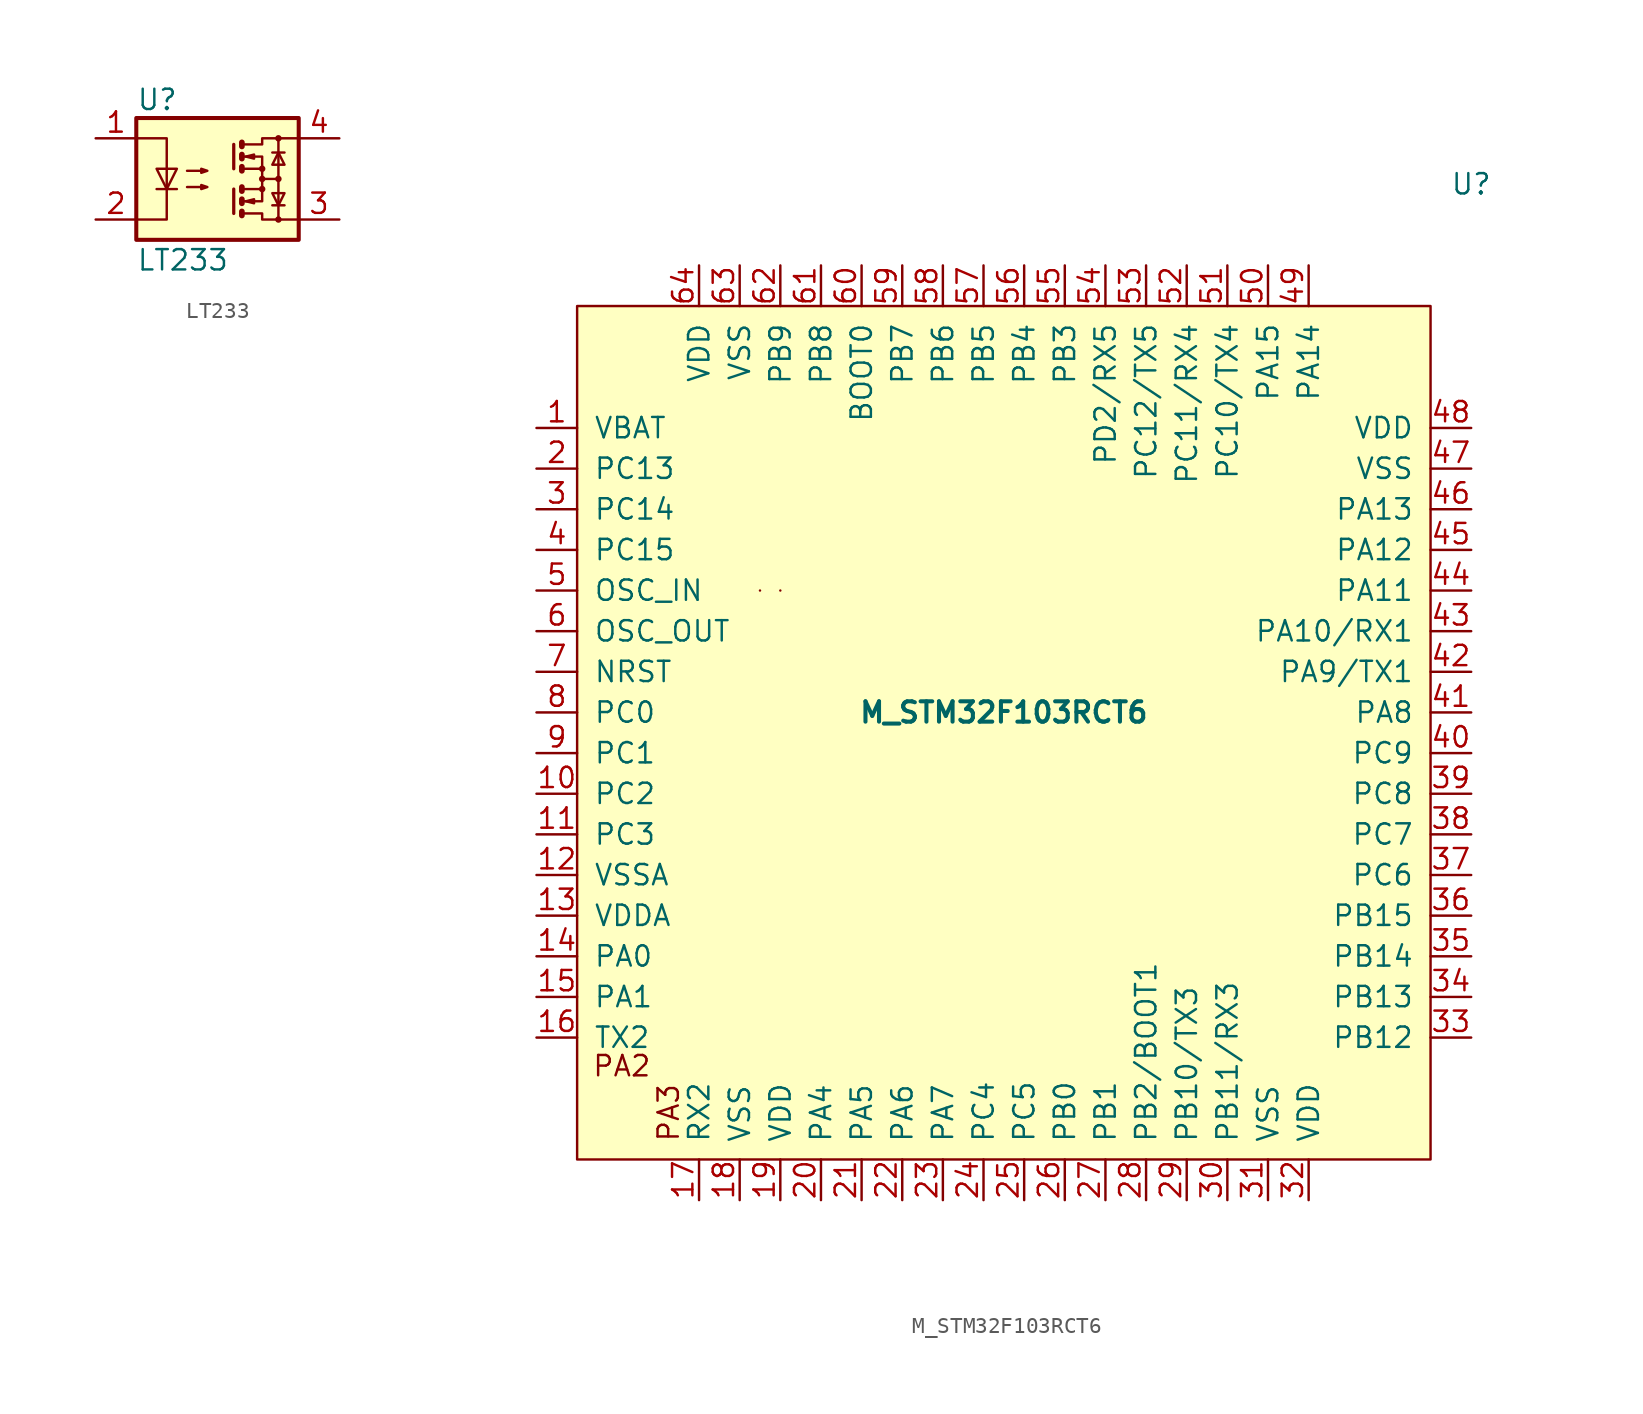
<source format=kicad_sym>
(kicad_symbol_lib
  (version 20211014)
  (generator kicad_symbol_editor)
  (symbol "LT233"
    (property "Reference" "U"
      (at -5.08 4.953 0)
      (effects (font (size 1.27 1.27)) (justify left)))
    (property "Value" "LT233"
      (at -5.08 -5.08 0)
      (effects (font (size 1.27 1.27)) (justify left)))
    (symbol "LT233_0_1"
      (rectangle (start -5.08 3.81) (end 5.08 -3.81) (stroke (width 0.254) (type default) (color 0 0 0 0)) (fill (type background)))
      (polyline (pts (xy -3.81 -0.635) (xy -2.54 -0.635)) (stroke (width 0) (type default) (color 0 0 0 0)) (fill (type none)))
      (polyline (pts (xy 1.016 -0.635) (xy 1.016 -2.159)) (stroke (width 0.203) (type default) (color 0 0 0 0)) (fill (type none)))
      (polyline (pts (xy 1.016 2.159) (xy 1.016 0.635)) (stroke (width 0.203) (type default) (color 0 0 0 0)) (fill (type none)))
      (polyline (pts (xy 1.524 -0.508) (xy 1.524 -0.762)) (stroke (width 0.356) (type default) (color 0 0 0 0)) (fill (type none)))
      (polyline (pts (xy 2.794 0) (xy 3.81 0)) (stroke (width 0) (type default) (color 0 0 0 0)) (fill (type none)))
      (polyline (pts (xy 3.429 -1.651) (xy 4.191 -1.651)) (stroke (width 0) (type default) (color 0 0 0 0)) (fill (type none)))
      (polyline (pts (xy 3.429 1.651) (xy 4.191 1.651)) (stroke (width 0) (type default) (color 0 0 0 0)) (fill (type none)))
      (polyline (pts (xy 3.81 -2.54) (xy 3.81 2.54)) (stroke (width 0) (type default) (color 0 0 0 0)) (fill (type none)))
      (polyline (pts (xy 1.524 -2.032) (xy 1.524 -2.286) (xy 1.524 -2.286)) (stroke (width 0.356) (type default) (color 0 0 0 0)) (fill (type none)))
      (polyline (pts (xy 1.524 -1.27) (xy 1.524 -1.524) (xy 1.524 -1.524)) (stroke (width 0.356) (type default) (color 0 0 0 0)) (fill (type none)))
      (polyline (pts (xy 1.524 0.762) (xy 1.524 0.508) (xy 1.524 0.508)) (stroke (width 0.356) (type default) (color 0 0 0 0)) (fill (type none)))
      (polyline (pts (xy 1.524 1.524) (xy 1.524 1.27) (xy 1.524 1.27)) (stroke (width 0.356) (type default) (color 0 0 0 0)) (fill (type none)))
      (polyline (pts (xy 1.524 2.286) (xy 1.524 2.032) (xy 1.524 2.032)) (stroke (width 0.356) (type default) (color 0 0 0 0)) (fill (type none)))
      (polyline (pts (xy 1.651 -1.397) (xy 2.794 -1.397) (xy 2.794 -0.635)) (stroke (width 0) (type default) (color 0 0 0 0)) (fill (type none)))
      (polyline (pts (xy 1.651 1.397) (xy 2.794 1.397) (xy 2.794 0.635)) (stroke (width 0) (type default) (color 0 0 0 0)) (fill (type none)))
      (polyline (pts (xy -5.08 2.54) (xy -3.175 2.54) (xy -3.175 -2.54) (xy -5.08 -2.54)) (stroke (width 0) (type default) (color 0 0 0 0)) (fill (type none)))
      (polyline (pts (xy -3.175 -0.635) (xy -3.81 0.635) (xy -2.54 0.635) (xy -3.175 -0.635)) (stroke (width 0) (type default) (color 0 0 0 0)) (fill (type none)))
      (polyline (pts (xy 1.651 -2.159) (xy 2.794 -2.159) (xy 2.794 -2.54) (xy 5.08 -2.54)) (stroke (width 0) (type default) (color 0 0 0 0)) (fill (type none)))
      (polyline (pts (xy 1.651 -0.635) (xy 2.794 -0.635) (xy 2.794 0.635) (xy 1.651 0.635)) (stroke (width 0) (type default) (color 0 0 0 0)) (fill (type none)))
      (polyline (pts (xy 1.651 2.159) (xy 2.794 2.159) (xy 2.794 2.54) (xy 5.08 2.54)) (stroke (width 0) (type default) (color 0 0 0 0)) (fill (type none)))
      (polyline (pts (xy 1.778 -1.397) (xy 2.286 -1.27) (xy 2.286 -1.524) (xy 1.778 -1.397)) (stroke (width 0) (type default) (color 0 0 0 0)) (fill (type none)))
      (polyline (pts (xy 1.778 1.397) (xy 2.286 1.524) (xy 2.286 1.27) (xy 1.778 1.397)) (stroke (width 0) (type default) (color 0 0 0 0)) (fill (type none)))
      (polyline (pts (xy 3.81 -1.651) (xy 3.429 -0.889) (xy 4.191 -0.889) (xy 3.81 -1.651)) (stroke (width 0) (type default) (color 0 0 0 0)) (fill (type none)))
      (polyline (pts (xy 3.81 1.651) (xy 3.429 0.889) (xy 4.191 0.889) (xy 3.81 1.651)) (stroke (width 0) (type default) (color 0 0 0 0)) (fill (type none)))
      (polyline (pts (xy -1.905 -0.508) (xy -0.635 -0.508) (xy -1.016 -0.635) (xy -1.016 -0.381) (xy -0.635 -0.508)) (stroke (width 0) (type default) (color 0 0 0 0)) (fill (type none)))
      (polyline (pts (xy -1.905 0.508) (xy -0.635 0.508) (xy -1.016 0.381) (xy -1.016 0.635) (xy -0.635 0.508)) (stroke (width 0) (type default) (color 0 0 0 0)) (fill (type none)))
      (circle (center 2.794 -0.635) (radius 0.127) (stroke (width 0) (type default) (color 0 0 0 0)) (fill (type none)))
      (circle (center 2.794 0) (radius 0.127) (stroke (width 0) (type default) (color 0 0 0 0)) (fill (type none)))
      (circle (center 2.794 0.635) (radius 0.127) (stroke (width 0) (type default) (color 0 0 0 0)) (fill (type none)))
      (circle (center 3.81 -2.54) (radius 0.127) (stroke (width 0) (type default) (color 0 0 0 0)) (fill (type none)))
      (circle (center 3.81 0) (radius 0.127) (stroke (width 0) (type default) (color 0 0 0 0)) (fill (type none)))
      (circle (center 3.81 2.54) (radius 0.127) (stroke (width 0) (type default) (color 0 0 0 0)) (fill (type none))))
    (symbol "LT233_1_1"
      (pin passive line (at -7.62 2.54 0) (length 2.54) (name "~" (effects (font (size 1.27 1.27)))) (number "1" (effects (font (size 1.27 1.27)))))
      (pin passive line (at -7.62 -2.54 0) (length 2.54) (name "~" (effects (font (size 1.27 1.27)))) (number "2" (effects (font (size 1.27 1.27)))))
      (pin passive line (at 7.62 -2.54 180) (length 2.54) (name "~" (effects (font (size 1.27 1.27)))) (number "3" (effects (font (size 1.27 1.27)))))
      (pin passive line (at 7.62 2.54 180) (length 2.54) (name "~" (effects (font (size 1.27 1.27)))) (number "4" (effects (font (size 1.27 1.27)))))))
  (symbol "M_STM32F103RCT6"
    (pin_names
      (offset 1.016))
    (property "Reference" "U"
      (at 29.21 34.29 0)
      (effects (font (size 1.27 1.27))))
    (property "Value" "M_STM32F103RCT6"
      (at 0 1.27 0)
      (effects (font (size 1.27 1.27) bold)))
    (symbol "M_STM32F103RCT6_0_0"
      (text "PA2" (at -23.876 -20.828 0) (effects (font (size 1.27 1.27))))
      (text "PA3" (at -20.955 -23.749 900) (effects (font (size 1.27 1.27)))))
    (symbol "M_STM32F103RCT6_0_1"
      (rectangle (start -15.24 8.89) (end -15.24 8.89) (stroke (width 0) (type default) (color 0 0 0 0)) (fill (type background)))
      (rectangle (start -13.97 8.89) (end -13.97 8.89) (stroke (width 0) (type default) (color 0 0 0 0)) (fill (type none)))
      (rectangle (start 26.67 -26.67) (end -26.67 26.67) (stroke (width 0) (type default) (color 0 0 0 0)) (fill (type background))))
    (symbol "M_STM32F103RCT6_1_1"
      (pin bidirectional line (at -29.21 19.05 0) (length 2.54) (name "VBAT" (effects (font (size 1.27 1.27)))) (number "1" (effects (font (size 1.27 1.27)))))
      (pin bidirectional line (at -29.21 -3.81 0) (length 2.54) (name "PC2" (effects (font (size 1.27 1.27)))) (number "10" (effects (font (size 1.27 1.27)))))
      (pin bidirectional line (at -29.21 -6.35 0) (length 2.54) (name "PC3" (effects (font (size 1.27 1.27)))) (number "11" (effects (font (size 1.27 1.27)))))
      (pin power_in line (at -29.21 -8.89 0) (length 2.54) (name "VSSA" (effects (font (size 1.27 1.27)))) (number "12" (effects (font (size 1.27 1.27)))))
      (pin power_in line (at -29.21 -11.43 0) (length 2.54) (name "VDDA" (effects (font (size 1.27 1.27)))) (number "13" (effects (font (size 1.27 1.27)))))
      (pin bidirectional line (at -29.21 -13.97 0) (length 2.54) (name "PA0" (effects (font (size 1.27 1.27)))) (number "14" (effects (font (size 1.27 1.27)))))
      (pin bidirectional line (at -29.21 -16.51 0) (length 2.54) (name "PA1" (effects (font (size 1.27 1.27)))) (number "15" (effects (font (size 1.27 1.27)))))
      (pin bidirectional line (at -29.21 -19.05 0) (length 2.54) (name "TX2" (effects (font (size 1.27 1.27)))) (number "16" (effects (font (size 1.27 1.27)))))
      (pin bidirectional line (at -19.05 -29.21 90) (length 2.54) (name "RX2" (effects (font (size 1.27 1.27)))) (number "17" (effects (font (size 1.27 1.27)))))
      (pin power_in line (at -16.51 -29.21 90) (length 2.54) (name "VSS" (effects (font (size 1.27 1.27)))) (number "18" (effects (font (size 1.27 1.27)))))
      (pin power_in line (at -13.97 -29.21 90) (length 2.54) (name "VDD" (effects (font (size 1.27 1.27)))) (number "19" (effects (font (size 1.27 1.27)))))
      (pin bidirectional line (at -29.21 16.51 0) (length 2.54) (name "PC13" (effects (font (size 1.27 1.27)))) (number "2" (effects (font (size 1.27 1.27)))))
      (pin bidirectional line (at -11.43 -29.21 90) (length 2.54) (name "PA4" (effects (font (size 1.27 1.27)))) (number "20" (effects (font (size 1.27 1.27)))))
      (pin bidirectional line (at -8.89 -29.21 90) (length 2.54) (name "PA5" (effects (font (size 1.27 1.27)))) (number "21" (effects (font (size 1.27 1.27)))))
      (pin bidirectional line (at -6.35 -29.21 90) (length 2.54) (name "PA6" (effects (font (size 1.27 1.27)))) (number "22" (effects (font (size 1.27 1.27)))))
      (pin bidirectional line (at -3.81 -29.21 90) (length 2.54) (name "PA7" (effects (font (size 1.27 1.27)))) (number "23" (effects (font (size 1.27 1.27)))))
      (pin bidirectional line (at -1.27 -29.21 90) (length 2.54) (name "PC4" (effects (font (size 1.27 1.27)))) (number "24" (effects (font (size 1.27 1.27)))))
      (pin bidirectional line (at 1.27 -29.21 90) (length 2.54) (name "PC5" (effects (font (size 1.27 1.27)))) (number "25" (effects (font (size 1.27 1.27)))))
      (pin bidirectional line (at 3.81 -29.21 90) (length 2.54) (name "PB0" (effects (font (size 1.27 1.27)))) (number "26" (effects (font (size 1.27 1.27)))))
      (pin bidirectional line (at 6.35 -29.21 90) (length 2.54) (name "PB1" (effects (font (size 1.27 1.27)))) (number "27" (effects (font (size 1.27 1.27)))))
      (pin bidirectional line (at 8.89 -29.21 90) (length 2.54) (name "PB2/BOOT1" (effects (font (size 1.27 1.27)))) (number "28" (effects (font (size 1.27 1.27)))))
      (pin bidirectional line (at 11.43 -29.21 90) (length 2.54) (name "PB10/TX3" (effects (font (size 1.27 1.27)))) (number "29" (effects (font (size 1.27 1.27)))))
      (pin bidirectional line (at -29.21 13.97 0) (length 2.54) (name "PC14" (effects (font (size 1.27 1.27)))) (number "3" (effects (font (size 1.27 1.27)))))
      (pin bidirectional line (at 13.97 -29.21 90) (length 2.54) (name "PB11/RX3" (effects (font (size 1.27 1.27)))) (number "30" (effects (font (size 1.27 1.27)))))
      (pin power_in line (at 16.51 -29.21 90) (length 2.54) (name "VSS" (effects (font (size 1.27 1.27)))) (number "31" (effects (font (size 1.27 1.27)))))
      (pin power_in line (at 19.05 -29.21 90) (length 2.54) (name "VDD" (effects (font (size 1.27 1.27)))) (number "32" (effects (font (size 1.27 1.27)))))
      (pin bidirectional line (at 29.21 -19.05 180) (length 2.54) (name "PB12" (effects (font (size 1.27 1.27)))) (number "33" (effects (font (size 1.27 1.27)))))
      (pin bidirectional line (at 29.21 -16.51 180) (length 2.54) (name "PB13" (effects (font (size 1.27 1.27)))) (number "34" (effects (font (size 1.27 1.27)))))
      (pin bidirectional line (at 29.21 -13.97 180) (length 2.54) (name "PB14" (effects (font (size 1.27 1.27)))) (number "35" (effects (font (size 1.27 1.27)))))
      (pin bidirectional line (at 29.21 -11.43 180) (length 2.54) (name "PB15" (effects (font (size 1.27 1.27)))) (number "36" (effects (font (size 1.27 1.27)))))
      (pin bidirectional line (at 29.21 -8.89 180) (length 2.54) (name "PC6" (effects (font (size 1.27 1.27)))) (number "37" (effects (font (size 1.27 1.27)))))
      (pin bidirectional line (at 29.21 -6.35 180) (length 2.54) (name "PC7" (effects (font (size 1.27 1.27)))) (number "38" (effects (font (size 1.27 1.27)))))
      (pin bidirectional line (at 29.21 -3.81 180) (length 2.54) (name "PC8" (effects (font (size 1.27 1.27)))) (number "39" (effects (font (size 1.27 1.27)))))
      (pin bidirectional line (at -29.21 11.43 0) (length 2.54) (name "PC15" (effects (font (size 1.27 1.27)))) (number "4" (effects (font (size 1.27 1.27)))))
      (pin bidirectional line (at 29.21 -1.27 180) (length 2.54) (name "PC9" (effects (font (size 1.27 1.27)))) (number "40" (effects (font (size 1.27 1.27)))))
      (pin bidirectional line (at 29.21 1.27 180) (length 2.54) (name "PA8" (effects (font (size 1.27 1.27)))) (number "41" (effects (font (size 1.27 1.27)))))
      (pin bidirectional line (at 29.21 3.81 180) (length 2.54) (name "PA9/TX1" (effects (font (size 1.27 1.27)))) (number "42" (effects (font (size 1.27 1.27)))))
      (pin bidirectional line (at 29.21 6.35 180) (length 2.54) (name "PA10/RX1" (effects (font (size 1.27 1.27)))) (number "43" (effects (font (size 1.27 1.27)))))
      (pin bidirectional line (at 29.21 8.89 180) (length 2.54) (name "PA11" (effects (font (size 1.27 1.27)))) (number "44" (effects (font (size 1.27 1.27)))))
      (pin bidirectional line (at 29.21 11.43 180) (length 2.54) (name "PA12" (effects (font (size 1.27 1.27)))) (number "45" (effects (font (size 1.27 1.27)))))
      (pin bidirectional line (at 29.21 13.97 180) (length 2.54) (name "PA13" (effects (font (size 1.27 1.27)))) (number "46" (effects (font (size 1.27 1.27)))))
      (pin power_in line (at 29.21 16.51 180) (length 2.54) (name "VSS" (effects (font (size 1.27 1.27)))) (number "47" (effects (font (size 1.27 1.27)))))
      (pin power_in line (at 29.21 19.05 180) (length 2.54) (name "VDD" (effects (font (size 1.27 1.27)))) (number "48" (effects (font (size 1.27 1.27)))))
      (pin bidirectional line (at 19.05 29.21 270) (length 2.54) (name "PA14" (effects (font (size 1.27 1.27)))) (number "49" (effects (font (size 1.27 1.27)))))
      (pin bidirectional line (at -29.21 8.89 0) (length 2.54) (name "OSC_IN" (effects (font (size 1.27 1.27)))) (number "5" (effects (font (size 1.27 1.27)))))
      (pin bidirectional line (at 16.51 29.21 270) (length 2.54) (name "PA15" (effects (font (size 1.27 1.27)))) (number "50" (effects (font (size 1.27 1.27)))))
      (pin bidirectional line (at 13.97 29.21 270) (length 2.54) (name "PC10/TX4" (effects (font (size 1.27 1.27)))) (number "51" (effects (font (size 1.27 1.27)))))
      (pin bidirectional line (at 11.43 29.21 270) (length 2.54) (name "PC11/RX4" (effects (font (size 1.27 1.27)))) (number "52" (effects (font (size 1.27 1.27)))))
      (pin bidirectional line (at 8.89 29.21 270) (length 2.54) (name "PC12/TX5" (effects (font (size 1.27 1.27)))) (number "53" (effects (font (size 1.27 1.27)))))
      (pin bidirectional line (at 6.35 29.21 270) (length 2.54) (name "PD2/RX5" (effects (font (size 1.27 1.27)))) (number "54" (effects (font (size 1.27 1.27)))))
      (pin bidirectional line (at 3.81 29.21 270) (length 2.54) (name "PB3" (effects (font (size 1.27 1.27)))) (number "55" (effects (font (size 1.27 1.27)))))
      (pin bidirectional line (at 1.27 29.21 270) (length 2.54) (name "PB4" (effects (font (size 1.27 1.27)))) (number "56" (effects (font (size 1.27 1.27)))))
      (pin bidirectional line (at -1.27 29.21 270) (length 2.54) (name "PB5" (effects (font (size 1.27 1.27)))) (number "57" (effects (font (size 1.27 1.27)))))
      (pin bidirectional line (at -3.81 29.21 270) (length 2.54) (name "PB6" (effects (font (size 1.27 1.27)))) (number "58" (effects (font (size 1.27 1.27)))))
      (pin bidirectional line (at -6.35 29.21 270) (length 2.54) (name "PB7" (effects (font (size 1.27 1.27)))) (number "59" (effects (font (size 1.27 1.27)))))
      (pin bidirectional line (at -29.21 6.35 0) (length 2.54) (name "OSC_OUT" (effects (font (size 1.27 1.27)))) (number "6" (effects (font (size 1.27 1.27)))))
      (pin bidirectional line (at -8.89 29.21 270) (length 2.54) (name "BOOT0" (effects (font (size 1.27 1.27)))) (number "60" (effects (font (size 1.27 1.27)))))
      (pin bidirectional line (at -11.43 29.21 270) (length 2.54) (name "PB8" (effects (font (size 1.27 1.27)))) (number "61" (effects (font (size 1.27 1.27)))))
      (pin bidirectional line (at -13.97 29.21 270) (length 2.54) (name "PB9" (effects (font (size 1.27 1.27)))) (number "62" (effects (font (size 1.27 1.27)))))
      (pin power_in line (at -16.51 29.21 270) (length 2.54) (name "VSS" (effects (font (size 1.27 1.27)))) (number "63" (effects (font (size 1.27 1.27)))))
      (pin power_in line (at -19.05 29.21 270) (length 2.54) (name "VDD" (effects (font (size 1.27 1.27)))) (number "64" (effects (font (size 1.27 1.27)))))
      (pin bidirectional line (at -29.21 3.81 0) (length 2.54) (name "NRST" (effects (font (size 1.27 1.27)))) (number "7" (effects (font (size 1.27 1.27)))))
      (pin bidirectional line (at -29.21 1.27 0) (length 2.54) (name "PC0" (effects (font (size 1.27 1.27)))) (number "8" (effects (font (size 1.27 1.27)))))
      (pin bidirectional line (at -29.21 -1.27 0) (length 2.54) (name "PC1" (effects (font (size 1.27 1.27)))) (number "9" (effects (font (size 1.27 1.27))))))))
</source>
